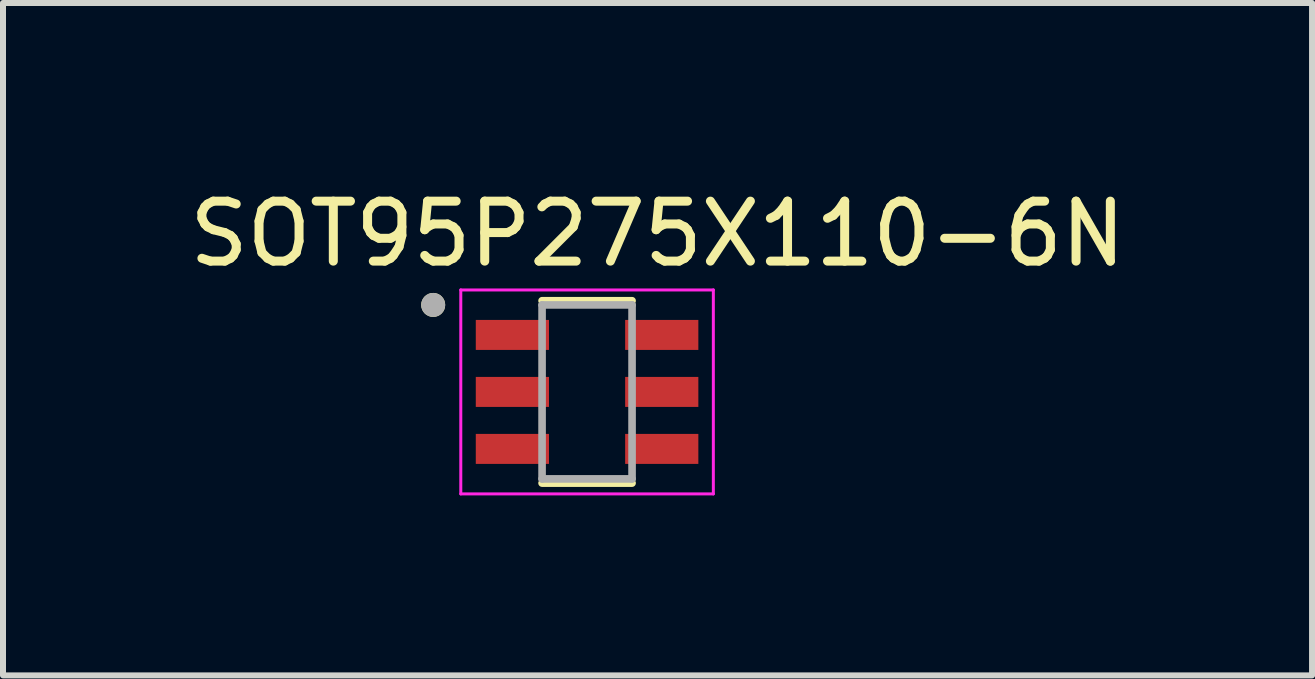
<source format=kicad_pcb>
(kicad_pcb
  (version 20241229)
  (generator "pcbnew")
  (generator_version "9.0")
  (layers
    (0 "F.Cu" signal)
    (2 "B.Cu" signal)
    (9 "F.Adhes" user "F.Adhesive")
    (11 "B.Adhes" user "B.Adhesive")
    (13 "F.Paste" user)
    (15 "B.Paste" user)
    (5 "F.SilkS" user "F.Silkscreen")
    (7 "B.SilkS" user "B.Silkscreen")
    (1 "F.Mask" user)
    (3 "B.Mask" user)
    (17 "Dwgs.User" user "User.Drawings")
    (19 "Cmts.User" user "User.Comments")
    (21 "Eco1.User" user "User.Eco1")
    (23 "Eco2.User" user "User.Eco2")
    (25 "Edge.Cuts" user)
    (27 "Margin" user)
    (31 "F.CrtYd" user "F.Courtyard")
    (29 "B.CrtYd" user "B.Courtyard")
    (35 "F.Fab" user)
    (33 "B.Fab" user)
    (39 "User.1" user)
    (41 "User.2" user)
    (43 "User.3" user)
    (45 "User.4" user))
  (footprint "SOT95P275X110-6N"
    (layer "F.Cu")
    (at 6.736 3.483)
    (property "Reference" "SOT95P275X110-6N" (at 1.175 -2.635 0) (layer "F.SilkS") (effects (font (size 1 1) (thickness 0.15))))
    (attr through_hole)
    (fp_line (start -0.75 -1.52) (end 0.75 -1.52) (stroke (width 0.127) (type solid)) (layer "F.SilkS"))
    (fp_line (start -0.75 1.52) (end 0.75 1.52) (stroke (width 0.127) (type solid)) (layer "F.SilkS"))
    (fp_circle (center -2.565 -1.45) (end -2.465 -1.45) (stroke (width 0.2) (type solid)) (fill no) (layer "F.SilkS"))
    (fp_line (start -2.105 -1.7) (end -2.105 1.7) (stroke (width 0.05) (type solid)) (layer "F.CrtYd"))
    (fp_line (start -2.105 -1.7) (end 2.105 -1.7) (stroke (width 0.05) (type solid)) (layer "F.CrtYd"))
    (fp_line (start -2.105 1.7) (end 2.105 1.7) (stroke (width 0.05) (type solid)) (layer "F.CrtYd"))
    (fp_line (start 2.105 -1.7) (end 2.105 1.7) (stroke (width 0.05) (type solid)) (layer "F.CrtYd"))
    (fp_line (start -0.75 -1.45) (end -0.75 1.45) (stroke (width 0.127) (type solid)) (layer "F.Fab"))
    (fp_line (start -0.75 -1.45) (end 0.75 -1.45) (stroke (width 0.127) (type solid)) (layer "F.Fab"))
    (fp_line (start -0.75 1.45) (end 0.75 1.45) (stroke (width 0.127) (type solid)) (layer "F.Fab"))
    (fp_line (start 0.75 -1.45) (end 0.75 1.45) (stroke (width 0.127) (type solid)) (layer "F.Fab"))
    (fp_circle (center -2.565 -1.45) (end -2.465 -1.45) (stroke (width 0.2) (type solid)) (fill no) (layer "F.Fab"))
    (pad "1" smd rect (at -1.245 -0.95) (size 1.22 0.5) (layers "F.Cu" "F.Mask" "F.Paste"))
    (pad "2" smd rect (at -1.245 0) (size 1.22 0.5) (layers "F.Cu" "F.Mask" "F.Paste"))
    (pad "3" smd rect (at -1.245 0.95) (size 1.22 0.5) (layers "F.Cu" "F.Mask" "F.Paste"))
    (pad "4" smd rect (at 1.245 0.95) (size 1.22 0.5) (layers "F.Cu" "F.Mask" "F.Paste"))
    (pad "5" smd rect (at 1.245 0) (size 1.22 0.5) (layers "F.Cu" "F.Mask" "F.Paste"))
    (pad "6" smd rect (at 1.245 -0.95) (size 1.22 0.5) (layers "F.Cu" "F.Mask" "F.Paste")))
  (gr_rect
    (start -3 -3)
    (end 18.821 8.208)
    (stroke (width 0.1) (type default))
    (fill no)
    (layer "Edge.Cuts")))
</source>
